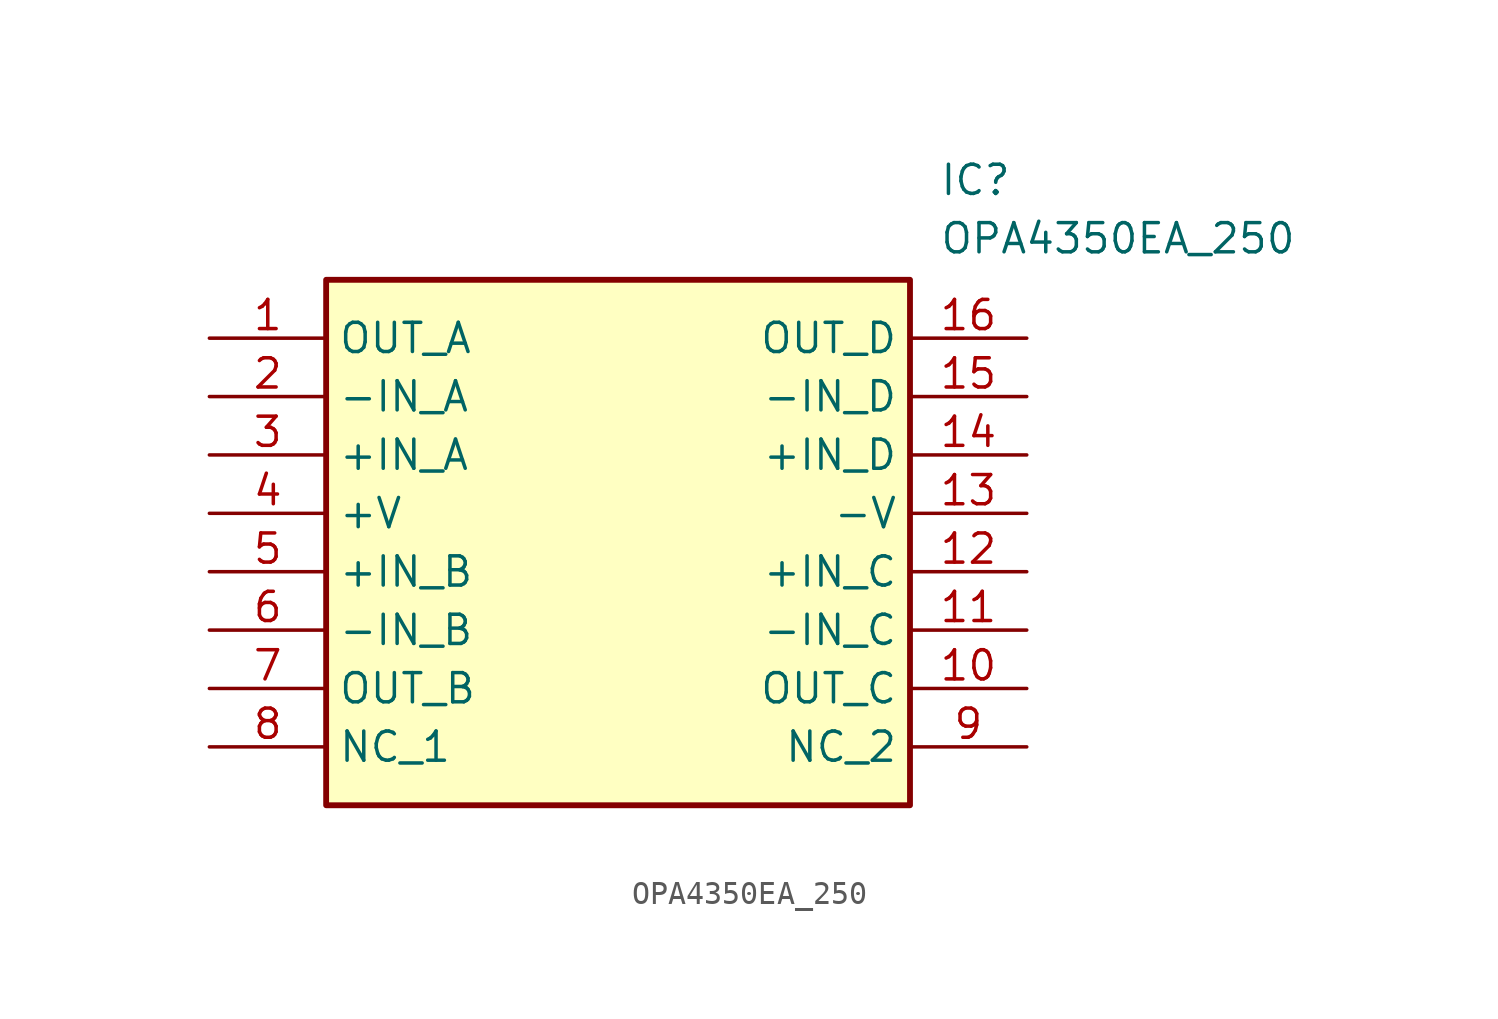
<source format=kicad_sym>
(kicad_symbol_lib
  (version 20211014)
  (generator SamacSys_ECAD_Model)
  (symbol "OPA4350EA_250"
    (property "Reference" "IC"
      (at 31.75 7.62 0)
      (effects (font (size 1.27 1.27)) (justify left top)))
    (property "Value" "OPA4350EA_250"
      (at 31.75 5.08 0)
      (effects (font (size 1.27 1.27)) (justify left top)))
    (rectangle
      (start 5.08 2.54)
      (end 30.48 -20.32)
      (stroke (width 0.254) (type default))
      (fill (type background)))
    (pin passive line
      (at 0 0 0)
      (length 5.08)
      (name "OUT_A" (effects (font (size 1.27 1.27))))
      (number "1" (effects (font (size 1.27 1.27)))))
    (pin passive line
      (at 0 -2.54 0)
      (length 5.08)
      (name "-IN_A" (effects (font (size 1.27 1.27))))
      (number "2" (effects (font (size 1.27 1.27)))))
    (pin passive line
      (at 0 -5.08 0)
      (length 5.08)
      (name "+IN_A" (effects (font (size 1.27 1.27))))
      (number "3" (effects (font (size 1.27 1.27)))))
    (pin passive line
      (at 0 -7.62 0)
      (length 5.08)
      (name "+V" (effects (font (size 1.27 1.27))))
      (number "4" (effects (font (size 1.27 1.27)))))
    (pin passive line
      (at 0 -10.16 0)
      (length 5.08)
      (name "+IN_B" (effects (font (size 1.27 1.27))))
      (number "5" (effects (font (size 1.27 1.27)))))
    (pin passive line
      (at 0 -12.7 0)
      (length 5.08)
      (name "-IN_B" (effects (font (size 1.27 1.27))))
      (number "6" (effects (font (size 1.27 1.27)))))
    (pin passive line
      (at 0 -15.24 0)
      (length 5.08)
      (name "OUT_B" (effects (font (size 1.27 1.27))))
      (number "7" (effects (font (size 1.27 1.27)))))
    (pin passive line
      (at 0 -17.78 0)
      (length 5.08)
      (name "NC_1" (effects (font (size 1.27 1.27))))
      (number "8" (effects (font (size 1.27 1.27)))))
    (pin passive line
      (at 35.56 0 180)
      (length 5.08)
      (name "OUT_D" (effects (font (size 1.27 1.27))))
      (number "16" (effects (font (size 1.27 1.27)))))
    (pin passive line
      (at 35.56 -2.54 180)
      (length 5.08)
      (name "-IN_D" (effects (font (size 1.27 1.27))))
      (number "15" (effects (font (size 1.27 1.27)))))
    (pin passive line
      (at 35.56 -5.08 180)
      (length 5.08)
      (name "+IN_D" (effects (font (size 1.27 1.27))))
      (number "14" (effects (font (size 1.27 1.27)))))
    (pin passive line
      (at 35.56 -7.62 180)
      (length 5.08)
      (name "-V" (effects (font (size 1.27 1.27))))
      (number "13" (effects (font (size 1.27 1.27)))))
    (pin passive line
      (at 35.56 -10.16 180)
      (length 5.08)
      (name "+IN_C" (effects (font (size 1.27 1.27))))
      (number "12" (effects (font (size 1.27 1.27)))))
    (pin passive line
      (at 35.56 -12.7 180)
      (length 5.08)
      (name "-IN_C" (effects (font (size 1.27 1.27))))
      (number "11" (effects (font (size 1.27 1.27)))))
    (pin passive line
      (at 35.56 -15.24 180)
      (length 5.08)
      (name "OUT_C" (effects (font (size 1.27 1.27))))
      (number "10" (effects (font (size 1.27 1.27)))))
    (pin passive line
      (at 35.56 -17.78 180)
      (length 5.08)
      (name "NC_2" (effects (font (size 1.27 1.27))))
      (number "9" (effects (font (size 1.27 1.27)))))))
</source>
